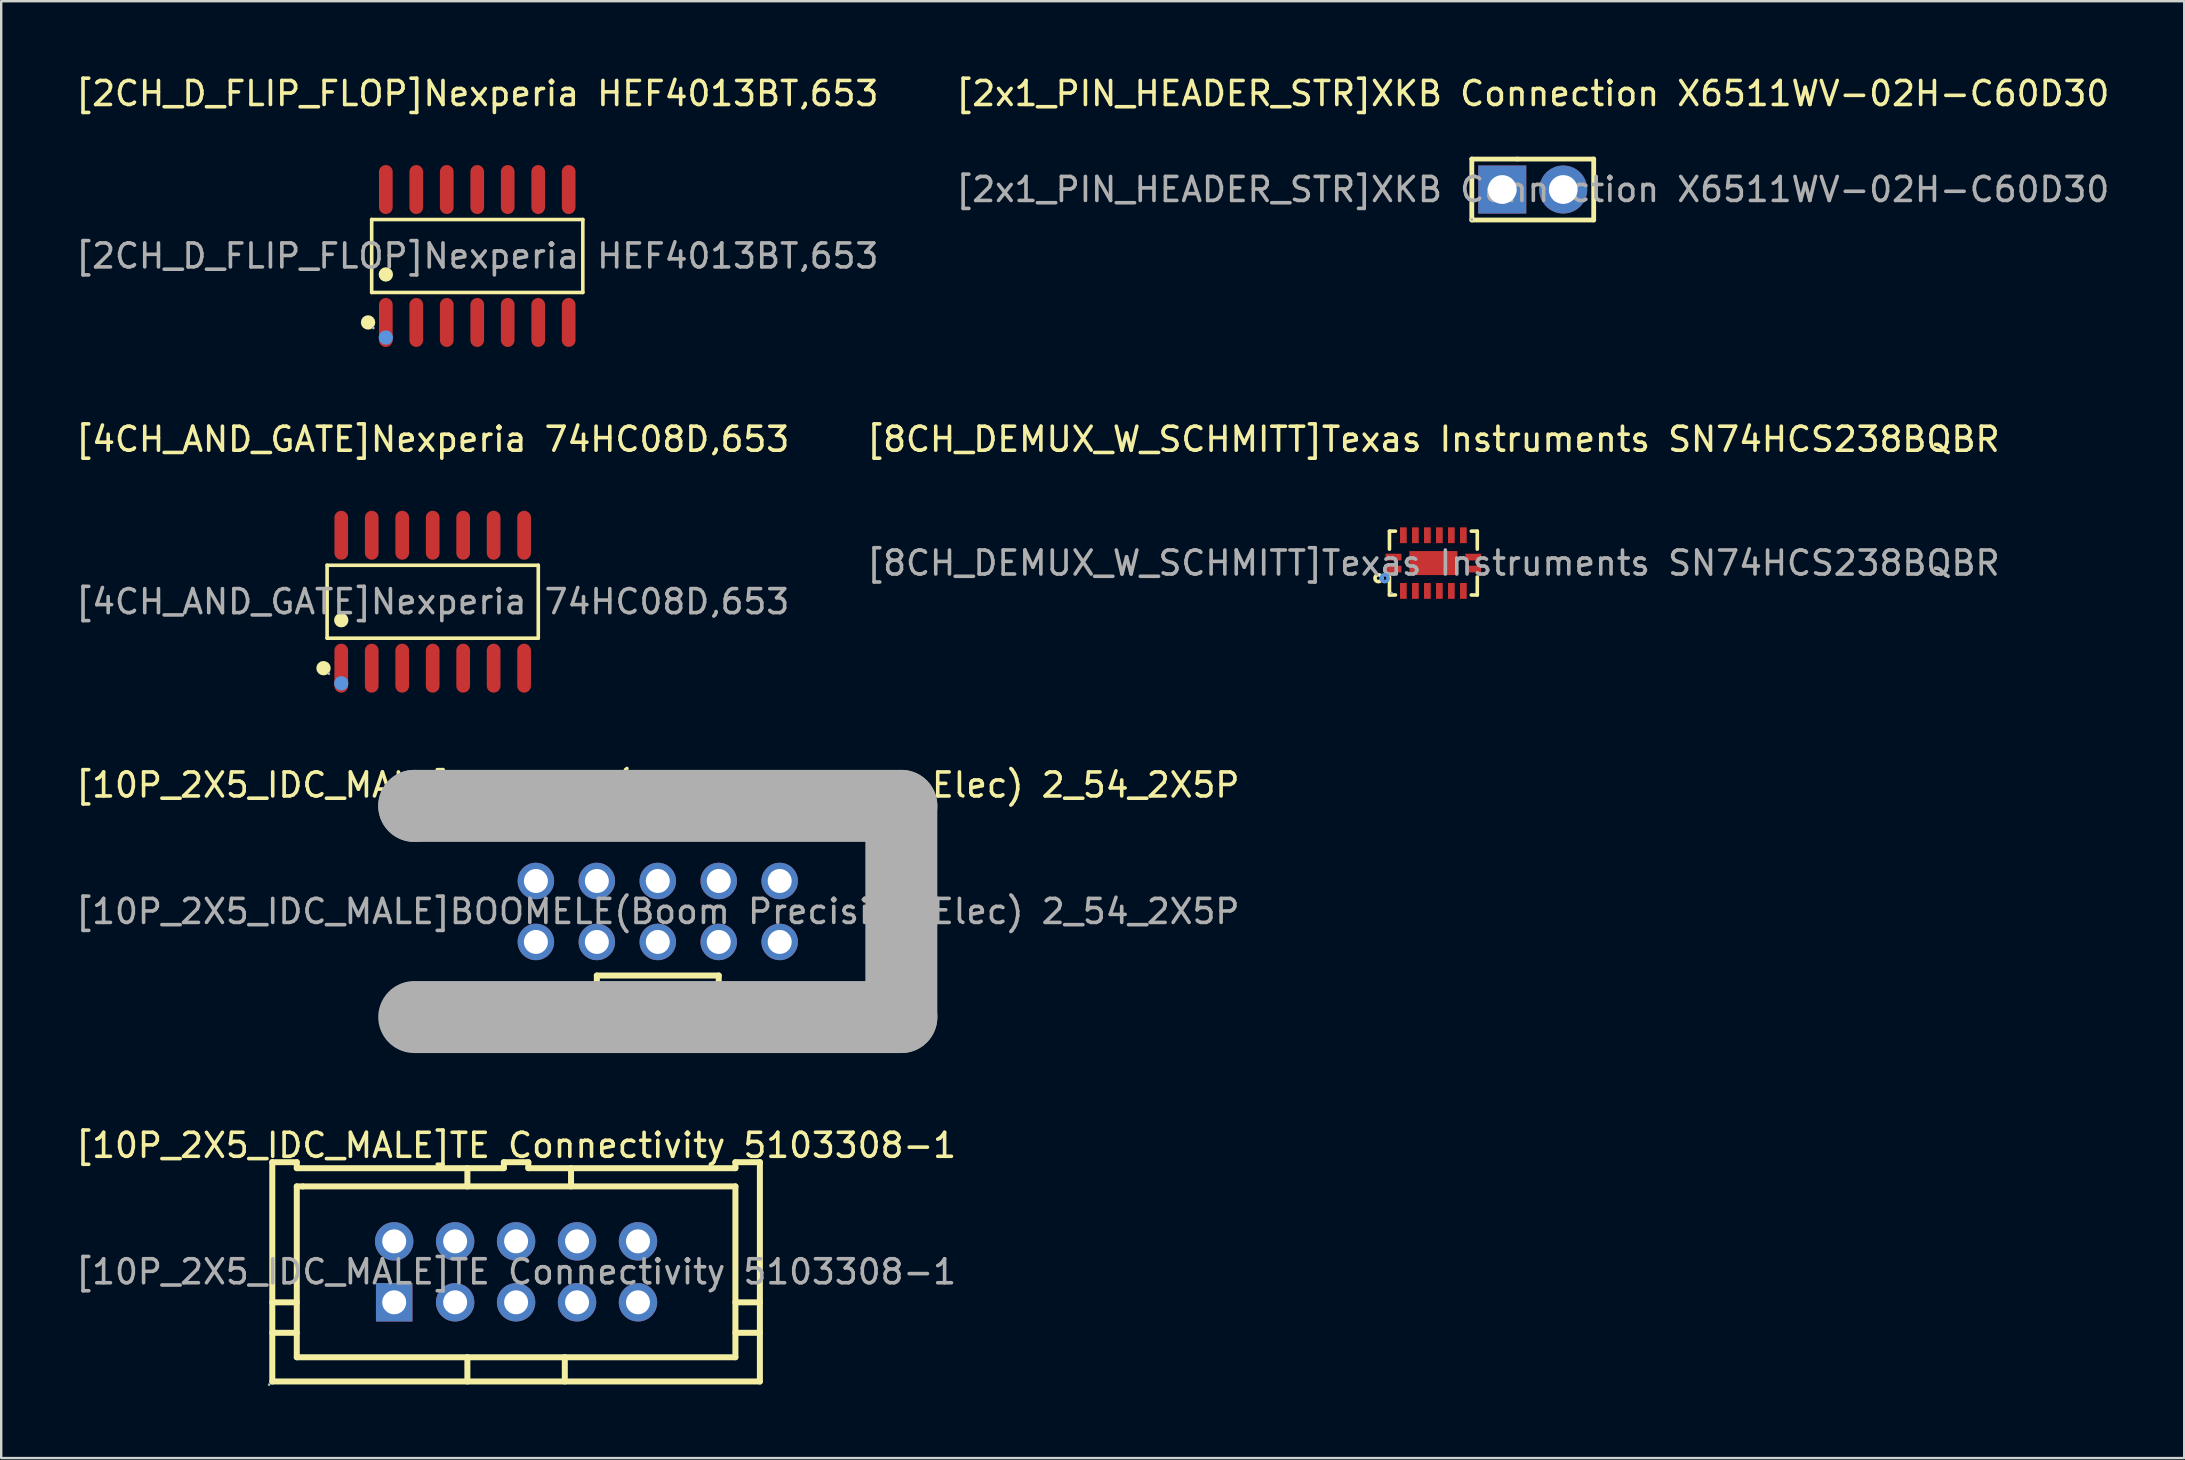
<source format=kicad_pcb>
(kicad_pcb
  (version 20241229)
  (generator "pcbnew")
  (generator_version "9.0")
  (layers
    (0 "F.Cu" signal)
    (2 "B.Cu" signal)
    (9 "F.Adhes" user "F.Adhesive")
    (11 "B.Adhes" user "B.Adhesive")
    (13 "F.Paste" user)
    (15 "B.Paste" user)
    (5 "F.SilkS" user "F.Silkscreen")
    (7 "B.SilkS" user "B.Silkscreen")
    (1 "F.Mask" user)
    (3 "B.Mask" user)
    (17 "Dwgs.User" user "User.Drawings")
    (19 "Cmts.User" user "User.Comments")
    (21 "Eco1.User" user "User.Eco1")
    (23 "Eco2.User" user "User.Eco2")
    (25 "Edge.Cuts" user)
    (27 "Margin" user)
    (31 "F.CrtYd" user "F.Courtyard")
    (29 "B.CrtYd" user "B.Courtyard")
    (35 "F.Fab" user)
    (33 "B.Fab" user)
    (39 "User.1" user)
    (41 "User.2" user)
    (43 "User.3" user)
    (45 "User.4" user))
  (footprint "[10P_2X5_IDC_MALE]TE Connectivity 5103308-1"
    (layer "F.Cu")
    (at 18.458 49.953)
    (property "Reference" "[10P_2X5_IDC_MALE]TE Connectivity 5103308-1" (at 0 -5.27 0) (layer "F.SilkS") (effects (font (size 1 1) (thickness 0.15))))
    (attr through_hole)
    (fp_line (start -10.16 1.27) (end -9.14 1.27) (stroke (width 0.25) (type solid)) (layer "F.SilkS"))
    (fp_line (start -10.16 2.54) (end -9.14 2.54) (stroke (width 0.25) (type solid)) (layer "F.SilkS"))
    (fp_line (start -10.16 4.57) (end -10.16 -4.57) (stroke (width 0.25) (type solid)) (layer "F.SilkS"))
    (fp_line (start -10.16 4.57) (end 10.16 4.57) (stroke (width 0.25) (type solid)) (layer "F.SilkS"))
    (fp_line (start -9.14 -4.57) (end -10.16 -4.57) (stroke (width 0.25) (type solid)) (layer "F.SilkS"))
    (fp_line (start -9.14 -4.32) (end -9.14 -4.57) (stroke (width 0.25) (type solid)) (layer "F.SilkS"))
    (fp_line (start -9.14 -3.56) (end -8.89 -3.56) (stroke (width 0.25) (type solid)) (layer "F.SilkS"))
    (fp_line (start -9.14 3.56) (end -9.14 -3.56) (stroke (width 0.25) (type solid)) (layer "F.SilkS"))
    (fp_line (start -8.89 -3.56) (end 9.14 -3.56) (stroke (width 0.25) (type solid)) (layer "F.SilkS"))
    (fp_line (start -2.03 -4.32) (end -2.03 -3.56) (stroke (width 0.25) (type solid)) (layer "F.SilkS"))
    (fp_line (start -2.03 3.56) (end -9.14 3.56) (stroke (width 0.25) (type solid)) (layer "F.SilkS"))
    (fp_line (start -2.03 3.56) (end -2.03 4.57) (stroke (width 0.25) (type solid)) (layer "F.SilkS"))
    (fp_line (start -2.03 3.56) (end 2.03 3.56) (stroke (width 0.25) (type solid)) (layer "F.SilkS"))
    (fp_line (start -0.51 -4.57) (end -0.51 -4.32) (stroke (width 0.25) (type solid)) (layer "F.SilkS"))
    (fp_line (start -0.51 -4.32) (end -9.14 -4.32) (stroke (width 0.25) (type solid)) (layer "F.SilkS"))
    (fp_line (start 0.51 -4.57) (end -0.51 -4.57) (stroke (width 0.25) (type solid)) (layer "F.SilkS"))
    (fp_line (start 0.51 -4.32) (end 0.51 -4.57) (stroke (width 0.25) (type solid)) (layer "F.SilkS"))
    (fp_line (start 2.03 3.56) (end 2.03 4.57) (stroke (width 0.25) (type solid)) (layer "F.SilkS"))
    (fp_line (start 2.29 -4.32) (end 2.29 -3.56) (stroke (width 0.25) (type solid)) (layer "F.SilkS"))
    (fp_line (start 9.14 -4.57) (end 9.14 -4.32) (stroke (width 0.25) (type solid)) (layer "F.SilkS"))
    (fp_line (start 9.14 -4.32) (end 0.51 -4.32) (stroke (width 0.25) (type solid)) (layer "F.SilkS"))
    (fp_line (start 9.14 -3.56) (end 9.14 3.56) (stroke (width 0.25) (type solid)) (layer "F.SilkS"))
    (fp_line (start 9.14 1.27) (end 10.16 1.27) (stroke (width 0.25) (type solid)) (layer "F.SilkS"))
    (fp_line (start 9.14 2.54) (end 10.16 2.54) (stroke (width 0.25) (type solid)) (layer "F.SilkS"))
    (fp_line (start 9.14 3.56) (end 2.03 3.56) (stroke (width 0.25) (type solid)) (layer "F.SilkS"))
    (fp_line (start 10.16 -4.57) (end 9.14 -4.57) (stroke (width 0.25) (type solid)) (layer "F.SilkS"))
    (fp_line (start 10.16 4.57) (end 10.16 -4.57) (stroke (width 0.25) (type solid)) (layer "F.SilkS"))
    (fp_circle (center -10.29 4.7) (end -10.26 4.7) (stroke (width 0.06) (type solid)) (fill no) (layer "F.Fab"))
    (fp_circle (center -5.08 -1.27) (end -4.88 -1.27) (stroke (width 0.4) (type solid)) (fill no) (layer "F.Fab"))
    (fp_circle (center -5.08 1.27) (end -4.88 1.27) (stroke (width 0.4) (type solid)) (fill no) (layer "F.Fab"))
    (fp_circle (center -2.54 -1.27) (end -2.34 -1.27) (stroke (width 0.4) (type solid)) (fill no) (layer "F.Fab"))
    (fp_circle (center -2.54 1.27) (end -2.34 1.27) (stroke (width 0.4) (type solid)) (fill no) (layer "F.Fab"))
    (fp_circle (center 0 -1.27) (end 0.2 -1.27) (stroke (width 0.4) (type solid)) (fill no) (layer "F.Fab"))
    (fp_circle (center 0 1.27) (end 0.2 1.27) (stroke (width 0.4) (type solid)) (fill no) (layer "F.Fab"))
    (fp_circle (center 2.54 -1.27) (end 2.74 -1.27) (stroke (width 0.4) (type solid)) (fill no) (layer "F.Fab"))
    (fp_circle (center 2.54 1.27) (end 2.74 1.27) (stroke (width 0.4) (type solid)) (fill no) (layer "F.Fab"))
    (fp_circle (center 5.08 -1.27) (end 5.28 -1.27) (stroke (width 0.4) (type solid)) (fill no) (layer "F.Fab"))
    (fp_circle (center 5.08 1.27) (end 5.28 1.27) (stroke (width 0.4) (type solid)) (fill no) (layer "F.Fab"))
    (fp_text user "${REFERENCE}" (at 0 0 0) (layer "F.Fab") (effects (font (size 1 1) (thickness 0.15))))
    (pad "1" thru_hole rect (at -5.08 1.27) (size 1.52 1.6) (drill 1) (layers "*.Cu" "*.Mask"))
    (pad "2" thru_hole circle (at -5.08 -1.27) (size 1.6 1.6) (drill 1) (layers "*.Cu" "*.Mask"))
    (pad "3" thru_hole circle (at -2.54 1.27) (size 1.6 1.6) (drill 1) (layers "*.Cu" "*.Mask"))
    (pad "4" thru_hole circle (at -2.54 -1.27) (size 1.6 1.6) (drill 1) (layers "*.Cu" "*.Mask"))
    (pad "5" thru_hole circle (at 0 1.27) (size 1.6 1.6) (drill 1) (layers "*.Cu" "*.Mask"))
    (pad "6" thru_hole circle (at 0 -1.27) (size 1.6 1.6) (drill 1) (layers "*.Cu" "*.Mask"))
    (pad "7" thru_hole circle (at 2.54 1.27) (size 1.6 1.6) (drill 1) (layers "*.Cu" "*.Mask"))
    (pad "8" thru_hole circle (at 2.54 -1.27) (size 1.6 1.6) (drill 1) (layers "*.Cu" "*.Mask"))
    (pad "9" thru_hole circle (at 5.08 1.27) (size 1.6 1.6) (drill 1) (layers "*.Cu" "*.Mask"))
    (pad "10" thru_hole circle (at 5.08 -1.27) (size 1.6 1.6) (drill 1) (layers "*.Cu" "*.Mask")))
  (footprint "[2x1_PIN_HEADER_STR]XKB Connection X6511WV-02H-C60D30"
    (layer "F.Cu")
    (at 60.827 4.848)
    (property "Reference" "[2x1_PIN_HEADER_STR]XKB Connection X6511WV-02H-C60D30" (at 0 -4 0) (layer "F.SilkS") (effects (font (size 1 1) (thickness 0.15))))
    (attr through_hole)
    (fp_line (start -2.54 -1.27) (end -0.64 -1.27) (stroke (width 0.2) (type solid)) (layer "F.SilkS"))
    (fp_line (start -2.54 1.27) (end -2.54 -1.27) (stroke (width 0.2) (type solid)) (layer "F.SilkS"))
    (fp_line (start 2.54 -1.27) (end -0.64 -1.27) (stroke (width 0.2) (type solid)) (layer "F.SilkS"))
    (fp_line (start 2.54 -1.27) (end 2.54 1.27) (stroke (width 0.2) (type solid)) (layer "F.SilkS"))
    (fp_line (start 2.54 1.27) (end -2.54 1.27) (stroke (width 0.2) (type solid)) (layer "F.SilkS"))
    (fp_circle (center -2.54 1.25) (end -2.51 1.25) (stroke (width 0.06) (type solid)) (fill no) (layer "F.Fab"))
    (fp_text user "${REFERENCE}" (at 0 0 0) (layer "F.Fab") (effects (font (size 1 1) (thickness 0.15))))
    (pad "1" thru_hole rect (at -1.27 0) (size 2 2) (drill 1.2) (layers "*.Cu" "*.Mask"))
    (pad "2" thru_hole circle (at 1.27 0) (size 2 2) (drill 1.2) (layers "*.Cu" "*.Mask")))
  (footprint "[2CH_D_FLIP_FLOP]Nexperia HEF4013BT,653"
    (layer "F.Cu")
    (at 16.839 7.618)
    (property "Reference" "[2CH_D_FLIP_FLOP]Nexperia HEF4013BT,653" (at 0 -6.77 0) (layer "F.SilkS") (effects (font (size 1 1) (thickness 0.15))))
    (attr smd)
    (fp_line (start -4.4 -1.52) (end 4.4 -1.52) (stroke (width 0.15) (type solid)) (layer "F.SilkS"))
    (fp_line (start -4.4 1.52) (end -4.4 -1.52) (stroke (width 0.15) (type solid)) (layer "F.SilkS"))
    (fp_line (start 4.4 -1.52) (end 4.4 1.52) (stroke (width 0.15) (type solid)) (layer "F.SilkS"))
    (fp_line (start 4.4 1.52) (end -4.4 1.52) (stroke (width 0.15) (type solid)) (layer "F.SilkS"))
    (fp_circle (center -4.55 2.77) (end -4.4 2.77) (stroke (width 0.3) (type solid)) (fill no) (layer "F.SilkS"))
    (fp_circle (center -3.81 0.77) (end -3.66 0.77) (stroke (width 0.3) (type solid)) (fill no) (layer "F.SilkS"))
    (fp_circle (center -3.81 3.4) (end -3.66 3.4) (stroke (width 0.3) (type solid)) (fill no) (layer "Cmts.User"))
    (fp_circle (center -4.33 3) (end -4.3 3) (stroke (width 0.06) (type solid)) (fill no) (layer "F.Fab"))
    (fp_text user "${REFERENCE}" (at 0 0 0) (layer "F.Fab") (effects (font (size 1 1) (thickness 0.15))))
    (pad "1" smd oval (at -3.81 2.77) (size 0.57 2.04) (layers "F.Cu" "F.Mask" "F.Paste"))
    (pad "2" smd oval (at -2.54 2.77) (size 0.57 2.04) (layers "F.Cu" "F.Mask" "F.Paste"))
    (pad "3" smd oval (at -1.27 2.77) (size 0.57 2.04) (layers "F.Cu" "F.Mask" "F.Paste"))
    (pad "4" smd oval (at 0 2.77) (size 0.57 2.04) (layers "F.Cu" "F.Mask" "F.Paste"))
    (pad "5" smd oval (at 1.27 2.77) (size 0.57 2.04) (layers "F.Cu" "F.Mask" "F.Paste"))
    (pad "6" smd oval (at 2.54 2.77) (size 0.57 2.04) (layers "F.Cu" "F.Mask" "F.Paste"))
    (pad "7" smd oval (at 3.81 2.77) (size 0.57 2.04) (layers "F.Cu" "F.Mask" "F.Paste"))
    (pad "8" smd oval (at 3.81 -2.77) (size 0.57 2.04) (layers "F.Cu" "F.Mask" "F.Paste"))
    (pad "9" smd oval (at 2.54 -2.77) (size 0.57 2.04) (layers "F.Cu" "F.Mask" "F.Paste"))
    (pad "10" smd oval (at 1.27 -2.77) (size 0.57 2.04) (layers "F.Cu" "F.Mask" "F.Paste"))
    (pad "11" smd oval (at 0 -2.77) (size 0.57 2.04) (layers "F.Cu" "F.Mask" "F.Paste"))
    (pad "12" smd oval (at -1.27 -2.77) (size 0.57 2.04) (layers "F.Cu" "F.Mask" "F.Paste"))
    (pad "13" smd oval (at -2.54 -2.77) (size 0.57 2.04) (layers "F.Cu" "F.Mask" "F.Paste"))
    (pad "14" smd oval (at -3.81 -2.77) (size 0.57 2.04) (layers "F.Cu" "F.Mask" "F.Paste")))
  (footprint "[8CH_DEMUX_W_SCHMITT]Texas Instruments SN74HCS238BQBR"
    (layer "F.Cu")
    (at 56.685 20.416)
    (property "Reference" "[8CH_DEMUX_W_SCHMITT]Texas Instruments SN74HCS238BQBR" (at 0 -5.16 0) (layer "F.SilkS") (effects (font (size 1 1) (thickness 0.15))))
    (attr smd)
    (fp_line (start -1.83 -1.33) (end -1.58 -1.33) (stroke (width 0.15) (type solid)) (layer "F.SilkS"))
    (fp_line (start -1.83 -0.58) (end -1.83 -1.33) (stroke (width 0.15) (type solid)) (layer "F.SilkS"))
    (fp_line (start -1.83 0.58) (end -1.83 1.33) (stroke (width 0.15) (type solid)) (layer "F.SilkS"))
    (fp_line (start -1.83 1.33) (end -1.58 1.33) (stroke (width 0.15) (type solid)) (layer "F.SilkS"))
    (fp_line (start 1.83 -1.33) (end 1.58 -1.33) (stroke (width 0.15) (type solid)) (layer "F.SilkS"))
    (fp_line (start 1.83 -0.58) (end 1.83 -1.33) (stroke (width 0.15) (type solid)) (layer "F.SilkS"))
    (fp_line (start 1.83 0.58) (end 1.83 1.33) (stroke (width 0.15) (type solid)) (layer "F.SilkS"))
    (fp_line (start 1.83 1.33) (end 1.58 1.33) (stroke (width 0.15) (type solid)) (layer "F.SilkS"))
    (fp_circle (center -2.29 0.63) (end -2.22 0.63) (stroke (width 0.15) (type solid)) (fill no) (layer "F.SilkS"))
    (fp_circle (center -2.03 0.63) (end -1.96 0.63) (stroke (width 0.15) (type solid)) (fill no) (layer "Cmts.User"))
    (fp_circle (center -1.75 1.25) (end -1.72 1.25) (stroke (width 0.06) (type solid)) (fill no) (layer "F.Fab"))
    (fp_text user "${REFERENCE}" (at 0 0 0) (layer "F.Fab") (effects (font (size 1 1) (thickness 0.15))))
    (pad "1" smd rect (at -1.66 0.25) (size 0.66 0.28) (layers "F.Cu" "F.Mask" "F.Paste"))
    (pad "2" smd rect (at -1.25 1.16) (size 0.28 0.66) (layers "F.Cu" "F.Mask" "F.Paste"))
    (pad "3" smd rect (at -0.75 1.16) (size 0.28 0.66) (layers "F.Cu" "F.Mask" "F.Paste"))
    (pad "4" smd rect (at -0.25 1.16) (size 0.28 0.66) (layers "F.Cu" "F.Mask" "F.Paste"))
    (pad "5" smd rect (at 0.25 1.16) (size 0.28 0.66) (layers "F.Cu" "F.Mask" "F.Paste"))
    (pad "6" smd rect (at 0.75 1.16) (size 0.28 0.66) (layers "F.Cu" "F.Mask" "F.Paste"))
    (pad "7" smd rect (at 1.25 1.16) (size 0.28 0.66) (layers "F.Cu" "F.Mask" "F.Paste"))
    (pad "8" smd rect (at 1.66 0.25) (size 0.66 0.28) (layers "F.Cu" "F.Mask" "F.Paste"))
    (pad "9" smd rect (at 1.66 -0.25) (size 0.66 0.28) (layers "F.Cu" "F.Mask" "F.Paste"))
    (pad "10" smd rect (at 1.25 -1.16) (size 0.28 0.66) (layers "F.Cu" "F.Mask" "F.Paste"))
    (pad "11" smd rect (at 0.75 -1.16) (size 0.28 0.66) (layers "F.Cu" "F.Mask" "F.Paste"))
    (pad "12" smd rect (at 0.25 -1.16) (size 0.28 0.66) (layers "F.Cu" "F.Mask" "F.Paste"))
    (pad "13" smd rect (at -0.25 -1.16) (size 0.28 0.66) (layers "F.Cu" "F.Mask" "F.Paste"))
    (pad "14" smd rect (at -0.75 -1.16) (size 0.28 0.66) (layers "F.Cu" "F.Mask" "F.Paste"))
    (pad "15" smd rect (at -1.25 -1.16) (size 0.28 0.66) (layers "F.Cu" "F.Mask" "F.Paste"))
    (pad "16" smd rect (at -1.66 -0.25) (size 0.66 0.28) (layers "F.Cu" "F.Mask" "F.Paste"))
    (pad "17" smd rect (at 0 0) (size 2 1) (layers "F.Cu" "F.Mask" "F.Paste")))
  (footprint "[10P_2X5_IDC_MALE]BOOMELE(Boom Precision Elec) 2_54_2X5P"
    (layer "F.Cu")
    (at 24.363 34.935)
    (property "Reference" "[10P_2X5_IDC_MALE]BOOMELE(Boom Precision Elec) 2_54_2X5P" (at 0 -5.27 0) (layer "F.SilkS") (effects (font (size 1 1) (thickness 0.15))))
    (attr through_hole)
    (fp_line (start -2.54 2.67) (end -2.54 4.45) (stroke (width 0.25) (type solid)) (layer "F.SilkS"))
    (fp_line (start -2.54 2.67) (end 2.54 2.67) (stroke (width 0.25) (type solid)) (layer "F.SilkS"))
    (fp_line (start -2.54 4.45) (end -2.49 4.37) (stroke (width 0.25) (type solid)) (layer "F.SilkS"))
    (fp_line (start 2.54 2.67) (end 2.54 4.42) (stroke (width 0.25) (type solid)) (layer "F.SilkS"))
    (fp_line (start 2.54 4.42) (end 2.54 4.37) (stroke (width 0.25) (type solid)) (layer "F.SilkS"))
    (fp_line (start -10.15 -4.4) (end -10.15 -4.4) (stroke (width 3) (type solid)) (layer "F.Fab"))
    (fp_line (start -10.15 -4.4) (end 10.15 -4.4) (stroke (width 3) (type solid)) (layer "F.Fab"))
    (fp_line (start 10.15 -4.4) (end 10.15 4.4) (stroke (width 3) (type solid)) (layer "F.Fab"))
    (fp_line (start 10.15 4.4) (end -10.15 4.4) (stroke (width 3) (type solid)) (layer "F.Fab"))
    (fp_circle (center -10.15 4.4) (end -10.12 4.4) (stroke (width 0.06) (type solid)) (fill no) (layer "F.Fab"))
    (fp_text user "${REFERENCE}" (at 0 0 0) (layer "F.Fab") (effects (font (size 1 1) (thickness 0.15))))
    (pad "1" thru_hole circle (at -5.08 1.27) (size 1.52 1.52) (drill 1) (layers "*.Cu" "*.Mask"))
    (pad "2" thru_hole circle (at -5.08 -1.27) (size 1.52 1.52) (drill 1) (layers "*.Cu" "*.Mask"))
    (pad "3" thru_hole circle (at -2.54 1.27) (size 1.52 1.52) (drill 1) (layers "*.Cu" "*.Mask"))
    (pad "4" thru_hole circle (at -2.54 -1.27) (size 1.52 1.52) (drill 1) (layers "*.Cu" "*.Mask"))
    (pad "5" thru_hole circle (at 0 1.27) (size 1.52 1.52) (drill 1) (layers "*.Cu" "*.Mask"))
    (pad "6" thru_hole circle (at 0 -1.27) (size 1.52 1.52) (drill 1) (layers "*.Cu" "*.Mask"))
    (pad "7" thru_hole circle (at 2.54 1.27) (size 1.52 1.52) (drill 1) (layers "*.Cu" "*.Mask"))
    (pad "8" thru_hole circle (at 2.54 -1.27) (size 1.52 1.52) (drill 1) (layers "*.Cu" "*.Mask"))
    (pad "9" thru_hole circle (at 5.08 1.27) (size 1.52 1.52) (drill 1) (layers "*.Cu" "*.Mask"))
    (pad "10" thru_hole circle (at 5.08 -1.27) (size 1.52 1.52) (drill 1) (layers "*.Cu" "*.Mask")))
  (footprint "[4CH_AND_GATE]Nexperia 74HC08D,653"
    (layer "F.Cu")
    (at 14.982 22.026)
    (property "Reference" "[4CH_AND_GATE]Nexperia 74HC08D,653" (at 0 -6.77 0) (layer "F.SilkS") (effects (font (size 1 1) (thickness 0.15))))
    (attr smd)
    (fp_line (start -4.4 -1.52) (end 4.4 -1.52) (stroke (width 0.15) (type solid)) (layer "F.SilkS"))
    (fp_line (start -4.4 1.52) (end -4.4 -1.52) (stroke (width 0.15) (type solid)) (layer "F.SilkS"))
    (fp_line (start 4.4 -1.52) (end 4.4 1.52) (stroke (width 0.15) (type solid)) (layer "F.SilkS"))
    (fp_line (start 4.4 1.52) (end -4.4 1.52) (stroke (width 0.15) (type solid)) (layer "F.SilkS"))
    (fp_circle (center -4.55 2.77) (end -4.4 2.77) (stroke (width 0.3) (type solid)) (fill no) (layer "F.SilkS"))
    (fp_circle (center -3.81 0.77) (end -3.66 0.77) (stroke (width 0.3) (type solid)) (fill no) (layer "F.SilkS"))
    (fp_circle (center -3.81 3.4) (end -3.66 3.4) (stroke (width 0.3) (type solid)) (fill no) (layer "Cmts.User"))
    (fp_circle (center -4.33 3) (end -4.3 3) (stroke (width 0.06) (type solid)) (fill no) (layer "F.Fab"))
    (fp_text user "${REFERENCE}" (at 0 0 0) (layer "F.Fab") (effects (font (size 1 1) (thickness 0.15))))
    (pad "1" smd oval (at -3.81 2.77) (size 0.57 2.04) (layers "F.Cu" "F.Mask" "F.Paste"))
    (pad "2" smd oval (at -2.54 2.77) (size 0.57 2.04) (layers "F.Cu" "F.Mask" "F.Paste"))
    (pad "3" smd oval (at -1.27 2.77) (size 0.57 2.04) (layers "F.Cu" "F.Mask" "F.Paste"))
    (pad "4" smd oval (at 0 2.77) (size 0.57 2.04) (layers "F.Cu" "F.Mask" "F.Paste"))
    (pad "5" smd oval (at 1.27 2.77) (size 0.57 2.04) (layers "F.Cu" "F.Mask" "F.Paste"))
    (pad "6" smd oval (at 2.54 2.77) (size 0.57 2.04) (layers "F.Cu" "F.Mask" "F.Paste"))
    (pad "7" smd oval (at 3.81 2.77) (size 0.57 2.04) (layers "F.Cu" "F.Mask" "F.Paste"))
    (pad "8" smd oval (at 3.81 -2.77) (size 0.57 2.04) (layers "F.Cu" "F.Mask" "F.Paste"))
    (pad "9" smd oval (at 2.54 -2.77) (size 0.57 2.04) (layers "F.Cu" "F.Mask" "F.Paste"))
    (pad "10" smd oval (at 1.27 -2.77) (size 0.57 2.04) (layers "F.Cu" "F.Mask" "F.Paste"))
    (pad "11" smd oval (at 0 -2.77) (size 0.57 2.04) (layers "F.Cu" "F.Mask" "F.Paste"))
    (pad "12" smd oval (at -1.27 -2.77) (size 0.57 2.04) (layers "F.Cu" "F.Mask" "F.Paste"))
    (pad "13" smd oval (at -2.54 -2.77) (size 0.57 2.04) (layers "F.Cu" "F.Mask" "F.Paste"))
    (pad "14" smd oval (at -3.81 -2.77) (size 0.57 2.04) (layers "F.Cu" "F.Mask" "F.Paste")))
  (gr_rect
    (start -3 -3)
    (end 87.976 57.713)
    (stroke (width 0.1) (type default))
    (fill no)
    (layer "Edge.Cuts")))
</source>
